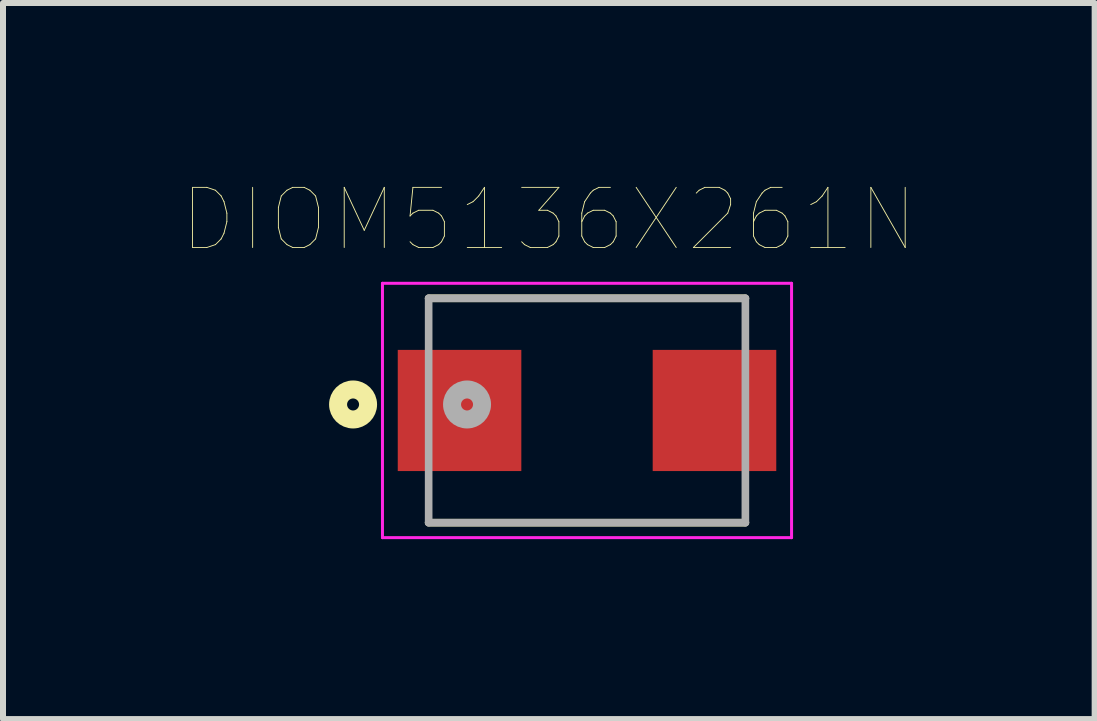
<source format=kicad_pcb>
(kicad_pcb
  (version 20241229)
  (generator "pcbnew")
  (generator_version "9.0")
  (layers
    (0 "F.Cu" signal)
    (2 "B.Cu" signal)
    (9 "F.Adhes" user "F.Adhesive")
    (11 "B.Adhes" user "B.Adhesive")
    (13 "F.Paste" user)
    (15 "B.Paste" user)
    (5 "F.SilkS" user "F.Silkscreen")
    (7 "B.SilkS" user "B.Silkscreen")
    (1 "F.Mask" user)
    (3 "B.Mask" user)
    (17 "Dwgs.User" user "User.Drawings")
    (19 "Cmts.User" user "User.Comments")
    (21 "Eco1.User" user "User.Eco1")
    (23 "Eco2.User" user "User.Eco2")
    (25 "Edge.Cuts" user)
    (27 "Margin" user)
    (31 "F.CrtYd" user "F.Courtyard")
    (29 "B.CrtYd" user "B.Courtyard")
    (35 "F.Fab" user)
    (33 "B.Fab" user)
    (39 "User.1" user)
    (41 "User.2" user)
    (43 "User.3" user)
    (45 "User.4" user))
  (footprint "DIOM5136X261N"
    (layer "F.Cu")
    (at 6.736 3.793)
    (property "Reference" "DIOM5136X261N" (at -0.636 -3.18 0) (layer "F.SilkS") (effects (font (size 1.002 1.002) (thickness 0.015))))
    (attr through_hole)
    (fp_line (start -2.64 -1.87) (end 2.64 -1.87) (stroke (width 0.127) (type solid)) (layer "F.SilkS"))
    (fp_line (start 2.64 1.87) (end -2.64 1.87) (stroke (width 0.127) (type solid)) (layer "F.SilkS"))
    (fp_circle (center -3.9 -0.1) (end -3.8 -0.1) (stroke (width 0.3) (type solid)) (fill no) (layer "F.SilkS"))
    (fp_line (start -3.41 -2.12) (end 3.41 -2.12) (stroke (width 0.05) (type solid)) (layer "F.CrtYd"))
    (fp_line (start -3.41 2.12) (end -3.41 -2.12) (stroke (width 0.05) (type solid)) (layer "F.CrtYd"))
    (fp_line (start 3.41 -2.12) (end 3.41 2.12) (stroke (width 0.05) (type solid)) (layer "F.CrtYd"))
    (fp_line (start 3.41 2.12) (end -3.41 2.12) (stroke (width 0.05) (type solid)) (layer "F.CrtYd"))
    (fp_line (start -2.64 -1.87) (end 2.64 -1.87) (stroke (width 0.127) (type solid)) (layer "F.Fab"))
    (fp_line (start -2.64 1.87) (end -2.64 -1.87) (stroke (width 0.127) (type solid)) (layer "F.Fab"))
    (fp_line (start 2.64 -1.87) (end 2.64 1.87) (stroke (width 0.127) (type solid)) (layer "F.Fab"))
    (fp_line (start 2.64 1.87) (end -2.64 1.87) (stroke (width 0.127) (type solid)) (layer "F.Fab"))
    (fp_circle (center -2 -0.1) (end -1.9 -0.1) (stroke (width 0.3) (type solid)) (fill no) (layer "F.Fab"))
    (pad "1" smd rect (at -2.125 0) (size 2.06 2.02) (layers "F.Cu" "F.Mask" "F.Paste"))
    (pad "2" smd rect (at 2.125 0) (size 2.06 2.02) (layers "F.Cu" "F.Mask" "F.Paste")))
  (gr_rect
    (start -3 -3)
    (end 15.199 8.938)
    (stroke (width 0.1) (type default))
    (fill no)
    (layer "Edge.Cuts")))
</source>
